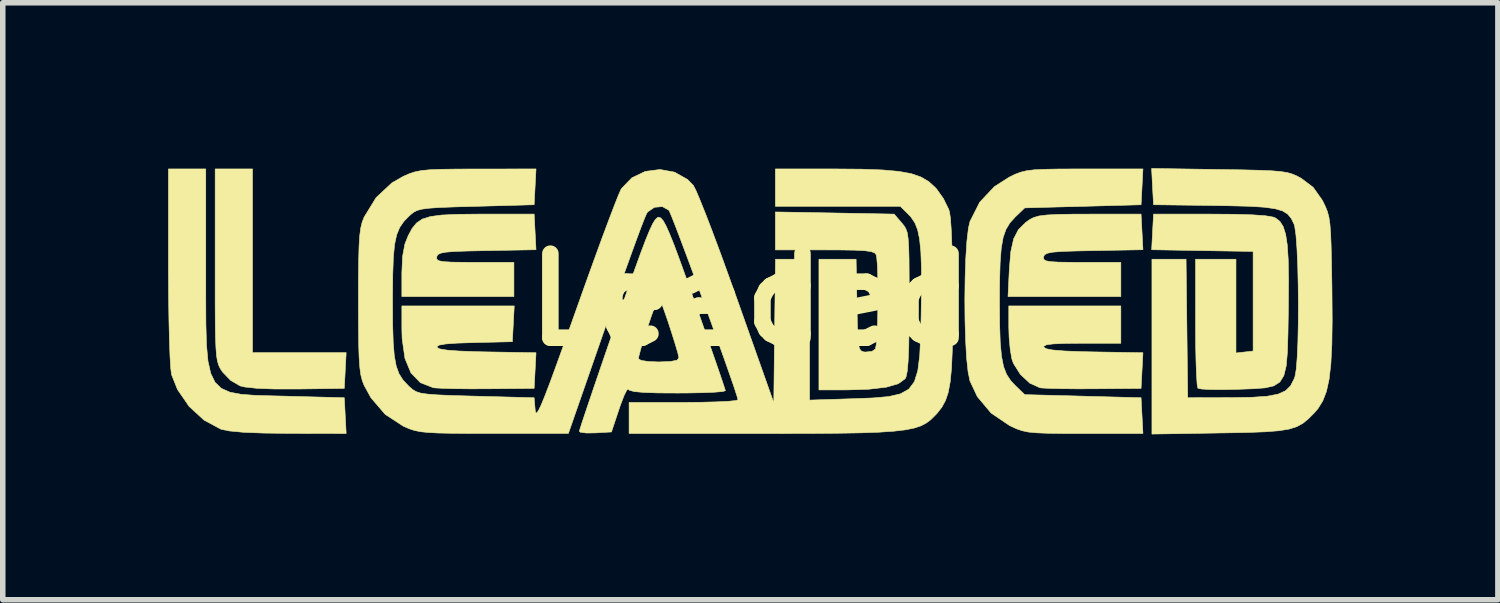
<source format=kicad_pcb>
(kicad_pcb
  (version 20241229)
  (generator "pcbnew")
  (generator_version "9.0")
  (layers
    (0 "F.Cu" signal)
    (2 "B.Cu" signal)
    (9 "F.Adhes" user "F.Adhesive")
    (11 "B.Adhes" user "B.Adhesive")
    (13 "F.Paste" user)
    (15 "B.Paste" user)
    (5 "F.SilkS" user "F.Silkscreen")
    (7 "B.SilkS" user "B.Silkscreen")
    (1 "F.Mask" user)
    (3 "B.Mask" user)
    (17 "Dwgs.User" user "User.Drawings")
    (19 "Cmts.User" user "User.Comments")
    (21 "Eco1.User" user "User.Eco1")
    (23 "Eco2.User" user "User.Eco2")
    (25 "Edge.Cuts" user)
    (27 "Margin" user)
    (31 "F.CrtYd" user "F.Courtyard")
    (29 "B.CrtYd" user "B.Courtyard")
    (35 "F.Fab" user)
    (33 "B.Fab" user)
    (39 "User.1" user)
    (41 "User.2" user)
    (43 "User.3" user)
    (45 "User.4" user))
  (footprint "Leaded"
    (layer "F.Cu")
    (at 10.56 2.385)
    (property "Reference" "Leaded" (at 0 0 0) (layer "F.SilkS") (effects (font (size 1.524 1.524) (thickness 0.3))))
    (attr through_hole)
    (fp_poly (pts (xy -9.031 0.96) (xy -7.332 0.96) (xy -7.349 1.284) (xy -7.366 1.609) (xy -8.213 1.62) (xy -8.623 1.62) (xy -8.945 1.608) (xy -9.169 1.584) (xy -9.255 1.564) (xy -9.427 1.464) (xy -9.574 1.312) (xy -9.579 1.304) (xy -9.616 1.247) (xy -9.644 1.189) (xy -9.666 1.115) (xy -9.683 1.014) (xy -9.694 0.871) (xy -9.702 0.674) (xy -9.706 0.409) (xy -9.708 0.065) (xy -9.708 -0.373) (xy -9.708 -0.629) (xy -9.708 -2.371) (xy -9.031 -2.371) (xy -9.031 0.96)) (stroke (width 0.01) (type solid)) (fill yes) (layer "F.SilkS"))
    (fp_poly (pts (xy -4.301 0.437) (xy -4.318 0.762) (xy -5.014 0.778) (xy -5.322 0.788) (xy -5.529 0.803) (xy -5.647 0.824) (xy -5.687 0.853) (xy -5.686 0.863) (xy -5.638 0.892) (xy -5.508 0.914) (xy -5.288 0.931) (xy -4.968 0.943) (xy -4.776 0.947) (xy -3.889 0.962) (xy -3.906 1.286) (xy -3.923 1.609) (xy -4.77 1.616) (xy -5.078 1.617) (xy -5.356 1.614) (xy -5.578 1.608) (xy -5.722 1.6) (xy -5.753 1.596) (xy -5.986 1.505) (xy -6.157 1.329) (xy -6.266 1.065) (xy -6.317 0.708) (xy -6.322 0.535) (xy -6.322 0.113) (xy -4.284 0.113) (xy -4.301 0.437)) (stroke (width 0.01) (type solid)) (fill yes) (layer "F.SilkS"))
    (fp_poly (pts (xy 6.717 0.79) (xy 6.007 0.79) (xy 5.699 0.793) (xy 5.491 0.802) (xy 5.369 0.818) (xy 5.321 0.844) (xy 5.32 0.861) (xy 5.365 0.89) (xy 5.484 0.913) (xy 5.688 0.93) (xy 5.988 0.942) (xy 6.23 0.947) (xy 7.118 0.962) (xy 7.101 1.286) (xy 7.084 1.609) (xy 6.237 1.616) (xy 5.928 1.617) (xy 5.65 1.614) (xy 5.426 1.609) (xy 5.281 1.601) (xy 5.249 1.597) (xy 5.067 1.515) (xy 4.896 1.356) (xy 4.77 1.157) (xy 4.741 1.076) (xy 4.712 0.911) (xy 4.691 0.688) (xy 4.685 0.494) (xy 4.685 0.113) (xy 6.717 0.113) (xy 6.717 0.79)) (stroke (width 0.01) (type solid)) (fill yes) (layer "F.SilkS"))
    (fp_poly (pts (xy 7.118 -0.906) (xy 6.226 -0.89) (xy 5.888 -0.883) (xy 5.647 -0.875) (xy 5.485 -0.862) (xy 5.388 -0.843) (xy 5.337 -0.817) (xy 5.317 -0.78) (xy 5.316 -0.776) (xy 5.318 -0.735) (xy 5.352 -0.707) (xy 5.437 -0.69) (xy 5.589 -0.681) (xy 5.828 -0.678) (xy 6.007 -0.677) (xy 6.717 -0.677) (xy 6.717 -0.056) (xy 4.671 -0.056) (xy 4.695 -0.557) (xy 4.722 -0.873) (xy 4.773 -1.103) (xy 4.86 -1.271) (xy 4.994 -1.403) (xy 5.064 -1.453) (xy 5.136 -1.49) (xy 5.232 -1.518) (xy 5.371 -1.536) (xy 5.569 -1.546) (xy 5.847 -1.551) (xy 6.15 -1.552) (xy 7.084 -1.552) (xy 7.118 -0.906)) (stroke (width 0.01) (type solid)) (fill yes) (layer "F.SilkS"))
    (fp_poly (pts (xy -3.906 -1.229) (xy -3.889 -0.906) (xy -4.78 -0.89) (xy -5.118 -0.883) (xy -5.36 -0.875) (xy -5.521 -0.862) (xy -5.619 -0.843) (xy -5.67 -0.817) (xy -5.689 -0.78) (xy -5.69 -0.776) (xy -5.689 -0.735) (xy -5.655 -0.707) (xy -5.57 -0.69) (xy -5.417 -0.681) (xy -5.179 -0.678) (xy -4.999 -0.677) (xy -4.29 -0.677) (xy -4.29 -0.056) (xy -6.322 -0.056) (xy -6.322 -0.49) (xy -6.309 -0.785) (xy -6.267 -1.009) (xy -6.208 -1.158) (xy -6.136 -1.292) (xy -6.056 -1.391) (xy -5.951 -1.462) (xy -5.804 -1.508) (xy -5.599 -1.535) (xy -5.317 -1.548) (xy -4.943 -1.552) (xy -4.86 -1.552) (xy -3.923 -1.552) (xy -3.906 -1.229)) (stroke (width 0.01) (type solid)) (fill yes) (layer "F.SilkS"))
    (fp_poly (pts (xy -9.878 -0.59) (xy -9.878 -0.02) (xy -9.876 0.447) (xy -9.865 0.823) (xy -9.838 1.116) (xy -9.788 1.338) (xy -9.71 1.498) (xy -9.597 1.608) (xy -9.443 1.677) (xy -9.24 1.716) (xy -8.983 1.735) (xy -8.666 1.744) (xy -8.419 1.75) (xy -7.366 1.778) (xy -7.349 2.103) (xy -7.332 2.427) (xy -8.365 2.425) (xy -8.834 2.419) (xy -9.194 2.405) (xy -9.449 2.381) (xy -9.603 2.349) (xy -9.604 2.349) (xy -9.91 2.184) (xy -10.181 1.935) (xy -10.391 1.629) (xy -10.498 1.361) (xy -10.513 1.251) (xy -10.526 1.042) (xy -10.537 0.749) (xy -10.546 0.385) (xy -10.552 -0.036) (xy -10.555 -0.498) (xy -10.555 -0.607) (xy -10.555 -2.371) (xy -9.878 -2.371) (xy -9.878 -0.59)) (stroke (width 0.01) (type solid)) (fill yes) (layer "F.SilkS"))
    (fp_poly (pts (xy 8.354 -1.552) (xy 8.781 -1.549) (xy 9.105 -1.539) (xy 9.334 -1.523) (xy 9.476 -1.499) (xy 9.523 -1.481) (xy 9.602 -1.419) (xy 9.662 -1.325) (xy 9.706 -1.186) (xy 9.736 -0.989) (xy 9.753 -0.721) (xy 9.759 -0.369) (xy 9.756 0.08) (xy 9.755 0.182) (xy 9.748 0.617) (xy 9.738 0.952) (xy 9.716 1.201) (xy 9.673 1.377) (xy 9.601 1.493) (xy 9.491 1.563) (xy 9.335 1.599) (xy 9.124 1.615) (xy 8.85 1.625) (xy 8.821 1.626) (xy 8.557 1.631) (xy 8.335 1.629) (xy 8.179 1.62) (xy 8.114 1.605) (xy 8.101 1.538) (xy 8.09 1.375) (xy 8.081 1.135) (xy 8.074 0.835) (xy 8.072 0.492) (xy 8.072 0.414) (xy 8.072 -0.734) (xy 8.805 -0.734) (xy 8.805 0.967) (xy 9.116 0.931) (xy 9.116 -0.875) (xy 8.196 -0.89) (xy 7.276 -0.906) (xy 7.293 -1.229) (xy 7.31 -1.552) (xy 8.354 -1.552)) (stroke (width 0.01) (type solid)) (fill yes) (layer "F.SilkS"))
    (fp_poly (pts (xy 1.529 -1.572) (xy 2.606 -1.552) (xy 2.742 -1.394) (xy 2.786 -1.34) (xy 2.819 -1.285) (xy 2.844 -1.212) (xy 2.86 -1.105) (xy 2.87 -0.951) (xy 2.876 -0.733) (xy 2.878 -0.436) (xy 2.879 -0.045) (xy 2.879 0.049) (xy 2.877 0.502) (xy 2.871 0.853) (xy 2.86 1.112) (xy 2.845 1.289) (xy 2.823 1.396) (xy 2.807 1.432) (xy 2.683 1.523) (xy 2.463 1.587) (xy 2.143 1.624) (xy 1.764 1.636) (xy 1.242 1.637) (xy 1.242 -0.734) (xy 1.916 -0.734) (xy 1.932 0.099) (xy 1.938 0.421) (xy 1.946 0.647) (xy 1.957 0.795) (xy 1.976 0.883) (xy 2.005 0.927) (xy 2.047 0.945) (xy 2.082 0.95) (xy 2.205 0.937) (xy 2.265 0.894) (xy 2.282 0.812) (xy 2.296 0.643) (xy 2.305 0.412) (xy 2.311 0.146) (xy 2.313 -0.131) (xy 2.31 -0.391) (xy 2.303 -0.611) (xy 2.29 -0.764) (xy 2.28 -0.814) (xy 2.253 -0.848) (xy 2.19 -0.872) (xy 2.075 -0.888) (xy 1.893 -0.898) (xy 1.627 -0.902) (xy 1.349 -0.903) (xy 0.452 -0.903) (xy 0.452 -1.591) (xy 1.529 -1.572)) (stroke (width 0.01) (type solid)) (fill yes) (layer "F.SilkS"))
    (fp_poly (pts (xy 7.101 -2.046) (xy 7.084 -1.722) (xy 4.974 -1.665) (xy 4.801 -1.499) (xy 4.706 -1.394) (xy 4.634 -1.276) (xy 4.582 -1.127) (xy 4.548 -0.931) (xy 4.528 -0.67) (xy 4.518 -0.327) (xy 4.516 0.028) (xy 4.519 0.451) (xy 4.53 0.778) (xy 4.553 1.026) (xy 4.59 1.213) (xy 4.645 1.355) (xy 4.721 1.47) (xy 4.801 1.555) (xy 4.974 1.722) (xy 7.084 1.778) (xy 7.101 2.103) (xy 7.118 2.427) (xy 6.053 2.427) (xy 5.68 2.427) (xy 5.4 2.423) (xy 5.194 2.415) (xy 5.043 2.401) (xy 4.928 2.377) (xy 4.828 2.343) (xy 4.725 2.295) (xy 4.696 2.281) (xy 4.365 2.057) (xy 4.115 1.759) (xy 3.981 1.475) (xy 3.947 1.311) (xy 3.92 1.057) (xy 3.902 0.737) (xy 3.891 0.373) (xy 3.888 -0.011) (xy 3.893 -0.394) (xy 3.905 -0.75) (xy 3.925 -1.059) (xy 3.953 -1.296) (xy 3.981 -1.418) (xy 4.157 -1.767) (xy 4.424 -2.051) (xy 4.696 -2.224) (xy 4.803 -2.276) (xy 4.902 -2.313) (xy 5.011 -2.339) (xy 5.151 -2.356) (xy 5.341 -2.365) (xy 5.6 -2.37) (xy 5.948 -2.371) (xy 6.053 -2.371) (xy 7.118 -2.371) (xy 7.101 -2.046)) (stroke (width 0.01) (type solid)) (fill yes) (layer "F.SilkS"))
    (fp_poly (pts (xy 8.506 -2.361) (xy 8.911 -2.355) (xy 9.22 -2.347) (xy 9.449 -2.338) (xy 9.617 -2.324) (xy 9.74 -2.304) (xy 9.835 -2.276) (xy 9.918 -2.239) (xy 9.988 -2.201) (xy 10.204 -2.039) (xy 10.366 -1.811) (xy 10.383 -1.78) (xy 10.428 -1.687) (xy 10.463 -1.599) (xy 10.49 -1.5) (xy 10.509 -1.372) (xy 10.522 -1.2) (xy 10.531 -0.967) (xy 10.538 -0.657) (xy 10.545 -0.254) (xy 10.546 -0.164) (xy 10.55 0.374) (xy 10.544 0.812) (xy 10.526 1.164) (xy 10.494 1.443) (xy 10.446 1.662) (xy 10.38 1.834) (xy 10.294 1.973) (xy 10.228 2.05) (xy 10.121 2.158) (xy 10.02 2.241) (xy 9.907 2.303) (xy 9.767 2.347) (xy 9.582 2.377) (xy 9.338 2.396) (xy 9.016 2.408) (xy 8.601 2.416) (xy 8.509 2.417) (xy 7.281 2.437) (xy 7.281 -0.734) (xy 7.9 -0.734) (xy 7.93 1.778) (xy 8.721 1.776) (xy 9.093 1.77) (xy 9.37 1.751) (xy 9.568 1.713) (xy 9.705 1.651) (xy 9.797 1.56) (xy 9.861 1.433) (xy 9.874 1.399) (xy 9.897 1.271) (xy 9.915 1.053) (xy 9.928 0.768) (xy 9.935 0.436) (xy 9.937 0.079) (xy 9.933 -0.282) (xy 9.925 -0.625) (xy 9.911 -0.928) (xy 9.893 -1.171) (xy 9.87 -1.332) (xy 9.858 -1.371) (xy 9.808 -1.473) (xy 9.743 -1.552) (xy 9.65 -1.61) (xy 9.513 -1.65) (xy 9.318 -1.677) (xy 9.049 -1.694) (xy 8.691 -1.703) (xy 8.41 -1.708) (xy 7.31 -1.722) (xy 7.292 -2.051) (xy 7.275 -2.38) (xy 8.506 -2.361)) (stroke (width 0.01) (type solid)) (fill yes) (layer "F.SilkS"))
    (fp_poly (pts (xy -1.626 -1.482) (xy -1.584 -1.435) (xy -1.532 -1.342) (xy -1.466 -1.194) (xy -1.38 -0.98) (xy -1.272 -0.688) (xy -1.135 -0.309) (xy -1.005 0.056) (xy -0.866 0.453) (xy -0.739 0.815) (xy -0.63 1.129) (xy -0.543 1.381) (xy -0.484 1.557) (xy -0.456 1.645) (xy -0.455 1.651) (xy -0.507 1.666) (xy -0.653 1.678) (xy -0.873 1.687) (xy -1.149 1.692) (xy -1.322 1.693) (xy -1.679 1.691) (xy -1.936 1.682) (xy -2.103 1.667) (xy -2.193 1.644) (xy -2.215 1.623) (xy -2.242 1.638) (xy -2.293 1.741) (xy -2.358 1.911) (xy -2.38 1.976) (xy -2.521 2.399) (xy -2.813 2.416) (xy -2.976 2.418) (xy -3.082 2.404) (xy -3.104 2.388) (xy -3.086 2.326) (xy -3.035 2.169) (xy -2.955 1.931) (xy -2.851 1.623) (xy -2.726 1.257) (xy -2.663 1.073) (xy -2.032 1.073) (xy -1.98 1.102) (xy -1.845 1.122) (xy -1.665 1.129) (xy -1.45 1.121) (xy -1.332 1.097) (xy -1.298 1.055) (xy -1.315 0.974) (xy -1.36 0.82) (xy -1.422 0.621) (xy -1.492 0.406) (xy -1.561 0.206) (xy -1.619 0.048) (xy -1.656 -0.036) (xy -1.66 -0.042) (xy -1.685 -0.002) (xy -1.733 0.119) (xy -1.797 0.296) (xy -1.866 0.501) (xy -1.933 0.709) (xy -1.989 0.892) (xy -2.024 1.025) (xy -2.032 1.073) (xy -2.663 1.073) (xy -2.585 0.846) (xy -2.439 0.423) (xy -2.261 -0.088) (xy -2.115 -0.502) (xy -1.997 -0.829) (xy -1.903 -1.078) (xy -1.829 -1.258) (xy -1.771 -1.381) (xy -1.725 -1.454) (xy -1.688 -1.489) (xy -1.664 -1.496) (xy -1.626 -1.482)) (stroke (width 0.01) (type solid)) (fill yes) (layer "F.SilkS"))
    (fp_poly (pts (xy 2.016 -2.367) (xy 2.393 -2.353) (xy 2.688 -2.327) (xy 2.916 -2.286) (xy 3.092 -2.225) (xy 3.232 -2.143) (xy 3.35 -2.036) (xy 3.378 -2.005) (xy 3.501 -1.831) (xy 3.594 -1.642) (xy 3.609 -1.596) (xy 3.627 -1.476) (xy 3.642 -1.258) (xy 3.654 -0.96) (xy 3.663 -0.598) (xy 3.668 -0.187) (xy 3.669 0.035) (xy 3.667 0.533) (xy 3.66 0.932) (xy 3.646 1.247) (xy 3.622 1.492) (xy 3.587 1.681) (xy 3.537 1.829) (xy 3.471 1.95) (xy 3.387 2.058) (xy 3.344 2.103) (xy 3.269 2.177) (xy 3.187 2.238) (xy 3.09 2.289) (xy 2.967 2.329) (xy 2.807 2.361) (xy 2.6 2.385) (xy 2.337 2.403) (xy 2.006 2.415) (xy 1.598 2.422) (xy 1.102 2.426) (xy 0.508 2.427) (xy 0.216 2.427) (xy -2.201 2.427) (xy -2.201 1.863) (xy -1.214 1.863) (xy -0.894 1.86) (xy -0.617 1.853) (xy -0.402 1.843) (xy -0.266 1.829) (xy -0.226 1.816) (xy -0.245 1.746) (xy -0.297 1.586) (xy -0.378 1.352) (xy -0.481 1.059) (xy -0.601 0.724) (xy -0.732 0.362) (xy -0.868 -0.012) (xy -1.003 -0.381) (xy -1.132 -0.729) (xy -1.249 -1.041) (xy -1.348 -1.302) (xy -1.424 -1.495) (xy -1.47 -1.605) (xy -1.48 -1.623) (xy -1.597 -1.688) (xy -1.741 -1.676) (xy -1.863 -1.592) (xy -1.881 -1.566) (xy -1.917 -1.485) (xy -1.985 -1.31) (xy -2.08 -1.054) (xy -2.198 -0.729) (xy -2.334 -0.35) (xy -2.483 0.071) (xy -2.63 0.494) (xy -3.302 2.426) (xy -4.657 2.426) (xy -5.084 2.426) (xy -5.415 2.423) (xy -5.666 2.418) (xy -5.853 2.408) (xy -5.992 2.393) (xy -6.099 2.37) (xy -6.191 2.34) (xy -6.284 2.299) (xy -6.296 2.294) (xy -6.624 2.08) (xy -6.884 1.777) (xy -7.007 1.552) (xy -7.04 1.466) (xy -7.066 1.365) (xy -7.084 1.233) (xy -7.097 1.054) (xy -7.105 0.811) (xy -7.108 0.489) (xy -7.11 0.071) (xy -7.11 0.028) (xy -7.109 -0.399) (xy -7.105 -0.729) (xy -7.098 -0.978) (xy -7.086 -1.163) (xy -7.068 -1.298) (xy -7.043 -1.402) (xy -7.01 -1.488) (xy -7.007 -1.496) (xy -6.789 -1.851) (xy -6.502 -2.119) (xy -6.296 -2.237) (xy -6.189 -2.284) (xy -6.085 -2.318) (xy -5.965 -2.342) (xy -5.809 -2.357) (xy -5.597 -2.365) (xy -5.311 -2.369) (xy -4.95 -2.37) (xy -3.889 -2.371) (xy -3.906 -2.046) (xy -3.923 -1.722) (xy -4.977 -1.693) (xy -5.347 -1.683) (xy -5.621 -1.673) (xy -5.817 -1.66) (xy -5.952 -1.643) (xy -6.044 -1.619) (xy -6.11 -1.585) (xy -6.167 -1.539) (xy -6.184 -1.524) (xy -6.285 -1.42) (xy -6.361 -1.311) (xy -6.416 -1.177) (xy -6.454 -1.003) (xy -6.476 -0.771) (xy -6.487 -0.464) (xy -6.491 -0.065) (xy -6.491 0.028) (xy -6.489 0.448) (xy -6.479 0.772) (xy -6.459 1.018) (xy -6.425 1.202) (xy -6.374 1.343) (xy -6.302 1.456) (xy -6.206 1.559) (xy -6.184 1.58) (xy -6.126 1.63) (xy -6.065 1.667) (xy -5.982 1.694) (xy -5.86 1.712) (xy -5.683 1.726) (xy -5.432 1.737) (xy -5.091 1.747) (xy -4.977 1.75) (xy -3.923 1.778) (xy -3.904 2.004) (xy -3.895 2.049) (xy -3.876 2.054) (xy -3.844 2.01) (xy -3.795 1.908) (xy -3.727 1.742) (xy -3.635 1.502) (xy -3.518 1.182) (xy -3.37 0.772) (xy -3.189 0.264) (xy -3.158 0.177) (xy -2.993 -0.286) (xy -2.837 -0.719) (xy -2.694 -1.111) (xy -2.568 -1.448) (xy -2.465 -1.718) (xy -2.389 -1.909) (xy -2.345 -2.007) (xy -2.341 -2.013) (xy -2.151 -2.21) (xy -1.909 -2.326) (xy -1.641 -2.361) (xy -1.376 -2.313) (xy -1.142 -2.181) (xy -1.036 -2.073) (xy -0.991 -1.987) (xy -0.915 -1.808) (xy -0.811 -1.549) (xy -0.686 -1.223) (xy -0.544 -0.843) (xy -0.391 -0.422) (xy -0.25 -0.03) (xy 0.423 1.87) (xy 0.438 0.568) (xy 0.454 -0.734) (xy 1.072 -0.734) (xy 1.072 1.821) (xy 1.857 1.796) (xy 2.223 1.782) (xy 2.506 1.757) (xy 2.719 1.708) (xy 2.871 1.623) (xy 2.973 1.487) (xy 3.035 1.288) (xy 3.07 1.013) (xy 3.087 0.649) (xy 3.095 0.288) (xy 3.102 -0.192) (xy 3.101 -0.574) (xy 3.09 -0.871) (xy 3.067 -1.098) (xy 3.032 -1.268) (xy 2.981 -1.395) (xy 2.914 -1.494) (xy 2.878 -1.534) (xy 2.718 -1.693) (xy 0.452 -1.693) (xy 0.452 -2.371) (xy 1.542 -2.371) (xy 2.016 -2.367)) (stroke (width 0.01) (type solid)) (fill yes) (layer "F.SilkS")))
  (gr_rect
    (start -3 -3)
    (end 24.115 7.827)
    (stroke (width 0.1) (type default))
    (fill no)
    (layer "Edge.Cuts")))
</source>
